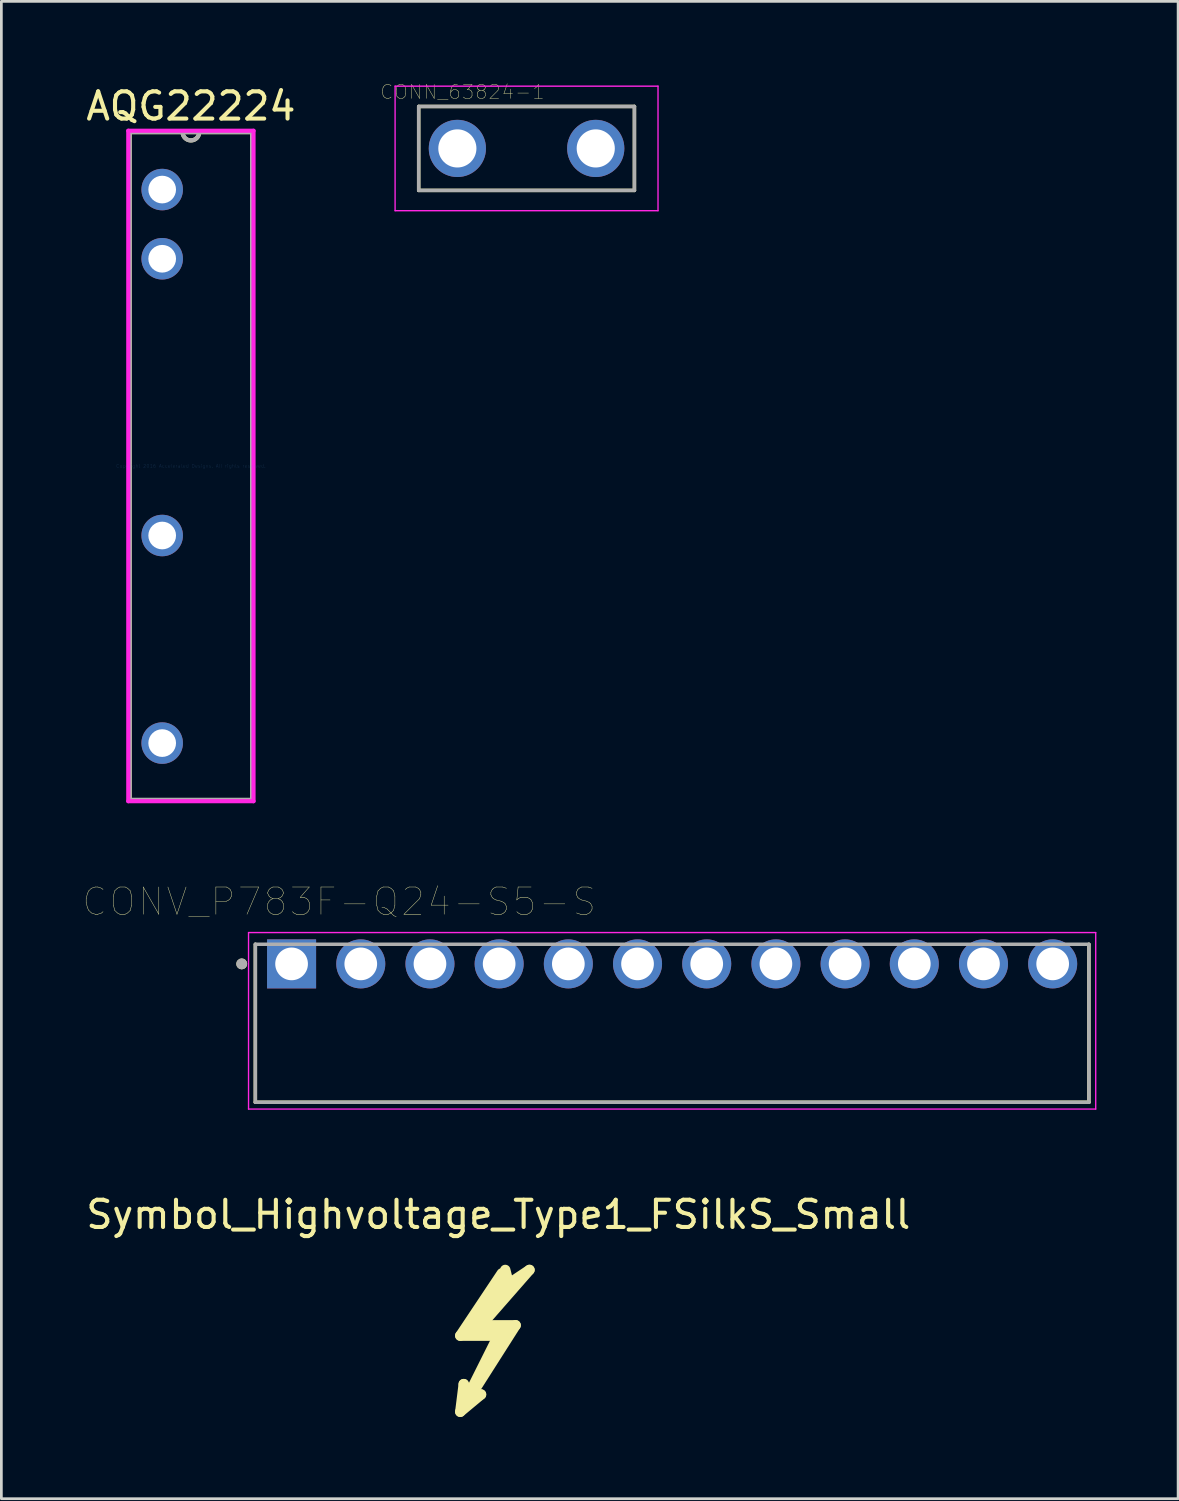
<source format=kicad_pcb>
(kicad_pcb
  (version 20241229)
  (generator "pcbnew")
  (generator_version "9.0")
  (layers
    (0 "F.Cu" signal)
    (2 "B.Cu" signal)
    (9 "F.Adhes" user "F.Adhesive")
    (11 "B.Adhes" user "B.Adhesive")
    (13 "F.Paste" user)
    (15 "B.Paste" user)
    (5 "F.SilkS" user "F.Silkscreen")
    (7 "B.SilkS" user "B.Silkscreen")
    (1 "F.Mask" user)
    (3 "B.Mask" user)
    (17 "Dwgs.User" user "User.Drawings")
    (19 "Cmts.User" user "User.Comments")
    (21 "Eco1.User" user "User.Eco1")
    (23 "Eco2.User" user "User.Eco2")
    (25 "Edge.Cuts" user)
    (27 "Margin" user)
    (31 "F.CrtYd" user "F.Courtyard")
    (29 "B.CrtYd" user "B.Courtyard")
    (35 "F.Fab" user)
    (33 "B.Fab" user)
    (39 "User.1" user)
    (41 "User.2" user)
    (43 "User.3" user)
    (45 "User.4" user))
  (footprint "CONV_P783F-Q24-S5-S"
    (layer "F.Cu")
    (at 7.654 32.335)
    (property "Reference" "CONV_P783F-Q24-S5-S" (at 1.745 -2.285 0) (layer "F.SilkS") (effects (font (size 1 1) (thickness 0.015))))
    (attr through_hole)
    (fp_line (start -1.33 -0.72) (end -1.33 5.08) (stroke (width 0.127) (type solid)) (layer "F.SilkS"))
    (fp_line (start -1.33 5.08) (end 29.27 5.08) (stroke (width 0.127) (type solid)) (layer "F.SilkS"))
    (fp_line (start 29.27 5.08) (end 29.27 -0.72) (stroke (width 0.127) (type solid)) (layer "F.SilkS"))
    (fp_circle (center -1.83 0) (end -1.73 0) (stroke (width 0.2) (type solid)) (fill no) (layer "F.SilkS"))
    (fp_line (start -1.58 -1.15) (end -1.58 5.33) (stroke (width 0.05) (type solid)) (layer "F.CrtYd"))
    (fp_line (start -1.58 5.33) (end 29.52 5.33) (stroke (width 0.05) (type solid)) (layer "F.CrtYd"))
    (fp_line (start 29.52 -1.15) (end -1.58 -1.15) (stroke (width 0.05) (type solid)) (layer "F.CrtYd"))
    (fp_line (start 29.52 5.33) (end 29.52 -1.15) (stroke (width 0.05) (type solid)) (layer "F.CrtYd"))
    (fp_line (start -1.33 -0.72) (end -1.33 5.08) (stroke (width 0.127) (type solid)) (layer "F.Fab"))
    (fp_line (start -1.33 5.08) (end 29.27 5.08) (stroke (width 0.127) (type solid)) (layer "F.Fab"))
    (fp_line (start 29.27 -0.72) (end -1.33 -0.72) (stroke (width 0.127) (type solid)) (layer "F.Fab"))
    (fp_line (start 29.27 5.08) (end 29.27 -0.72) (stroke (width 0.127) (type solid)) (layer "F.Fab"))
    (fp_circle (center -1.83 0) (end -1.73 0) (stroke (width 0.2) (type solid)) (fill no) (layer "F.Fab"))
    (pad "1" thru_hole rect (at 0 0) (size 1.8 1.8) (drill 1.2) (layers "*.Cu" "*.Mask"))
    (pad "2" thru_hole circle (at 2.54 0) (size 1.8 1.8) (drill 1.2) (layers "*.Cu" "*.Mask"))
    (pad "3" thru_hole circle (at 5.08 0) (size 1.8 1.8) (drill 1.2) (layers "*.Cu" "*.Mask"))
    (pad "4" thru_hole circle (at 7.62 0) (size 1.8 1.8) (drill 1.2) (layers "*.Cu" "*.Mask"))
    (pad "5" thru_hole circle (at 10.16 0) (size 1.8 1.8) (drill 1.2) (layers "*.Cu" "*.Mask"))
    (pad "6" thru_hole circle (at 12.7 0) (size 1.8 1.8) (drill 1.2) (layers "*.Cu" "*.Mask"))
    (pad "7" thru_hole circle (at 15.24 0) (size 1.8 1.8) (drill 1.2) (layers "*.Cu" "*.Mask"))
    (pad "8" thru_hole circle (at 17.78 0) (size 1.8 1.8) (drill 1.2) (layers "*.Cu" "*.Mask"))
    (pad "9" thru_hole circle (at 20.32 0) (size 1.8 1.8) (drill 1.2) (layers "*.Cu" "*.Mask"))
    (pad "10" thru_hole circle (at 22.86 0) (size 1.8 1.8) (drill 1.2) (layers "*.Cu" "*.Mask"))
    (pad "11" thru_hole circle (at 25.4 0) (size 1.8 1.8) (drill 1.2) (layers "*.Cu" "*.Mask"))
    (pad "12" thru_hole circle (at 27.94 0) (size 1.8 1.8) (drill 1.2) (layers "*.Cu" "*.Mask")))
  (footprint "CONN_63824-1"
    (layer "F.Cu")
    (at 16.28 2.399)
    (property "Reference" "CONN_63824-1" (at -2.355 -2.073 0) (layer "F.SilkS") (effects (font (size 0.512 0.512) (thickness 0.015))))
    (attr through_hole)
    (fp_line (start -3.96 -1.54) (end 3.96 -1.54) (stroke (width 0.127) (type solid)) (layer "F.SilkS"))
    (fp_line (start -3.96 1.54) (end -3.96 -1.54) (stroke (width 0.127) (type solid)) (layer "F.SilkS"))
    (fp_line (start 3.96 -1.54) (end 3.96 1.54) (stroke (width 0.127) (type solid)) (layer "F.SilkS"))
    (fp_line (start 3.96 1.54) (end -3.96 1.54) (stroke (width 0.127) (type solid)) (layer "F.SilkS"))
    (fp_line (start -4.826 -2.286) (end -4.826 2.286) (stroke (width 0.05) (type solid)) (layer "F.CrtYd"))
    (fp_line (start -4.826 2.286) (end 4.826 2.286) (stroke (width 0.05) (type solid)) (layer "F.CrtYd"))
    (fp_line (start 4.826 -2.286) (end -4.826 -2.286) (stroke (width 0.05) (type solid)) (layer "F.CrtYd"))
    (fp_line (start 4.826 2.286) (end 4.826 -2.286) (stroke (width 0.05) (type solid)) (layer "F.CrtYd"))
    (fp_line (start -3.96 -1.54) (end -3.96 1.54) (stroke (width 0.127) (type solid)) (layer "F.Fab"))
    (fp_line (start -3.96 1.54) (end 3.96 1.54) (stroke (width 0.127) (type solid)) (layer "F.Fab"))
    (fp_line (start 3.96 -1.54) (end -3.96 -1.54) (stroke (width 0.127) (type solid)) (layer "F.Fab"))
    (fp_line (start 3.96 1.54) (end 3.96 -1.54) (stroke (width 0.127) (type solid)) (layer "F.Fab"))
    (pad "1" thru_hole circle (at -2.54 0) (size 2.1 2.1) (drill 1.4) (layers "*.Cu" "*.Mask"))
    (pad "1" thru_hole circle (at 2.54 0) (size 2.1 2.1) (drill 1.4) (layers "*.Cu" "*.Mask")))
  (footprint "AQG22224"
    (layer "F.Cu")
    (at 3.958 14.056)
    (property "Reference" "AQG22224" (at 0 -13.208 0) (layer "F.SilkS") (effects (font (size 1 1) (thickness 0.15))))
    (attr through_hole)
    (fp_line (start -2.248 -12.255) (end -2.248 12.255) (stroke (width 0.152) (type solid)) (layer "F.SilkS"))
    (fp_line (start 2.248 -12.255) (end -2.248 -12.255) (stroke (width 0.152) (type solid)) (layer "F.SilkS"))
    (fp_line (start 2.248 12.255) (end 2.248 -12.255) (stroke (width 0.152) (type solid)) (layer "F.SilkS"))
    (fp_arc (start 0.3048 -12.2555) (mid 0 -11.9507) (end -0.3048 -12.2555) (stroke (width 0.1524) (type solid)) (layer "F.SilkS"))
    (fp_line (start -2.299 -12.306) (end 2.299 -12.306) (stroke (width 0.152) (type solid)) (layer "F.CrtYd"))
    (fp_line (start -2.299 12.306) (end -2.299 -12.306) (stroke (width 0.152) (type solid)) (layer "F.CrtYd"))
    (fp_line (start 2.299 -12.306) (end 2.299 12.306) (stroke (width 0.152) (type solid)) (layer "F.CrtYd"))
    (fp_line (start 2.299 12.306) (end -2.299 12.306) (stroke (width 0.152) (type solid)) (layer "F.CrtYd"))
    (fp_line (start -2.248 -12.255) (end -2.248 12.255) (stroke (width 0.152) (type solid)) (layer "F.Fab"))
    (fp_line (start -2.248 12.255) (end 2.248 12.255) (stroke (width 0.152) (type solid)) (layer "F.Fab"))
    (fp_line (start 2.248 -12.255) (end -2.248 -12.255) (stroke (width 0.152) (type solid)) (layer "F.Fab"))
    (fp_line (start 2.248 12.255) (end 2.248 -12.255) (stroke (width 0.152) (type solid)) (layer "F.Fab"))
    (fp_arc (start 0.3048 -12.2555) (mid 0 -11.9507) (end -0.3048 -12.2555) (stroke (width 0.1524) (type solid)) (layer "F.Fab"))
    (fp_text user "Copyright 2016 Accelerated Designs. All rights reserved." (at 0 0 0) (layer "Cmts.User") (effects (font (size 0.127 0.127) (thickness 0.002))))
    (pad "1" thru_hole circle (at -1.054 -10.147) (size 1.524 1.524) (drill 1.016) (layers "*.Cu" "*.Mask"))
    (pad "2" thru_hole circle (at -1.054 -7.607) (size 1.524 1.524) (drill 1.016) (layers "*.Cu" "*.Mask"))
    (pad "3" thru_hole circle (at -1.054 2.553) (size 1.524 1.524) (drill 1.016) (layers "*.Cu" "*.Mask"))
    (pad "4" thru_hole circle (at -1.054 10.173) (size 1.524 1.524) (drill 1.016) (layers "*.Cu" "*.Mask")))
  (footprint "Symbol_Highvoltage_Type1_FSilkS_Small"
    (layer "F.Cu")
    (at 14.228 46.745)
    (property "Reference" "Symbol_Highvoltage_Type1_FSilkS_Small" (at 1.016 -5.207 0) (layer "F.SilkS") (effects (font (size 1 1) (thickness 0.15))))
    (attr exclude_from_pos_files exclude_from_bom)
    (fp_line (start -0.381 -0.762) (end 1.016 -0.762) (stroke (width 0.381) (type solid)) (layer "F.SilkS"))
    (fp_line (start -0.381 2.032) (end 0.381 1.397) (stroke (width 0.381) (type solid)) (layer "F.SilkS"))
    (fp_line (start -0.254 1.016) (end -0.381 2.032) (stroke (width 0.381) (type solid)) (layer "F.SilkS"))
    (fp_line (start -0.127 1.524) (end -0.254 1.016) (stroke (width 0.381) (type solid)) (layer "F.SilkS"))
    (fp_line (start -0.127 1.651) (end 1.651 -1.143) (stroke (width 0.381) (type solid)) (layer "F.SilkS"))
    (fp_line (start 0 -0.889) (end 1.27 -0.889) (stroke (width 0.381) (type solid)) (layer "F.SilkS"))
    (fp_line (start 0.381 -1.143) (end 2.159 -3.175) (stroke (width 0.381) (type solid)) (layer "F.SilkS"))
    (fp_line (start 0.381 1.397) (end -0.127 1.651) (stroke (width 0.381) (type solid)) (layer "F.SilkS"))
    (fp_line (start 1.016 -0.762) (end -0.127 1.524) (stroke (width 0.381) (type solid)) (layer "F.SilkS"))
    (fp_line (start 1.143 -3.048) (end -0.381 -0.762) (stroke (width 0.381) (type solid)) (layer "F.SilkS"))
    (fp_line (start 1.397 -2.794) (end 0 -0.889) (stroke (width 0.381) (type solid)) (layer "F.SilkS"))
    (fp_line (start 1.397 -2.667) (end 1.27 -3.175) (stroke (width 0.381) (type solid)) (layer "F.SilkS"))
    (fp_line (start 1.651 -1.143) (end 0.381 -1.143) (stroke (width 0.381) (type solid)) (layer "F.SilkS"))
    (fp_line (start 2.159 -3.175) (end 1.397 -2.667) (stroke (width 0.381) (type solid)) (layer "F.SilkS")))
  (gr_rect
    (start -3 -3)
    (end 40.199 51.968)
    (stroke (width 0.1) (type default))
    (fill no)
    (layer "Edge.Cuts")))
</source>
